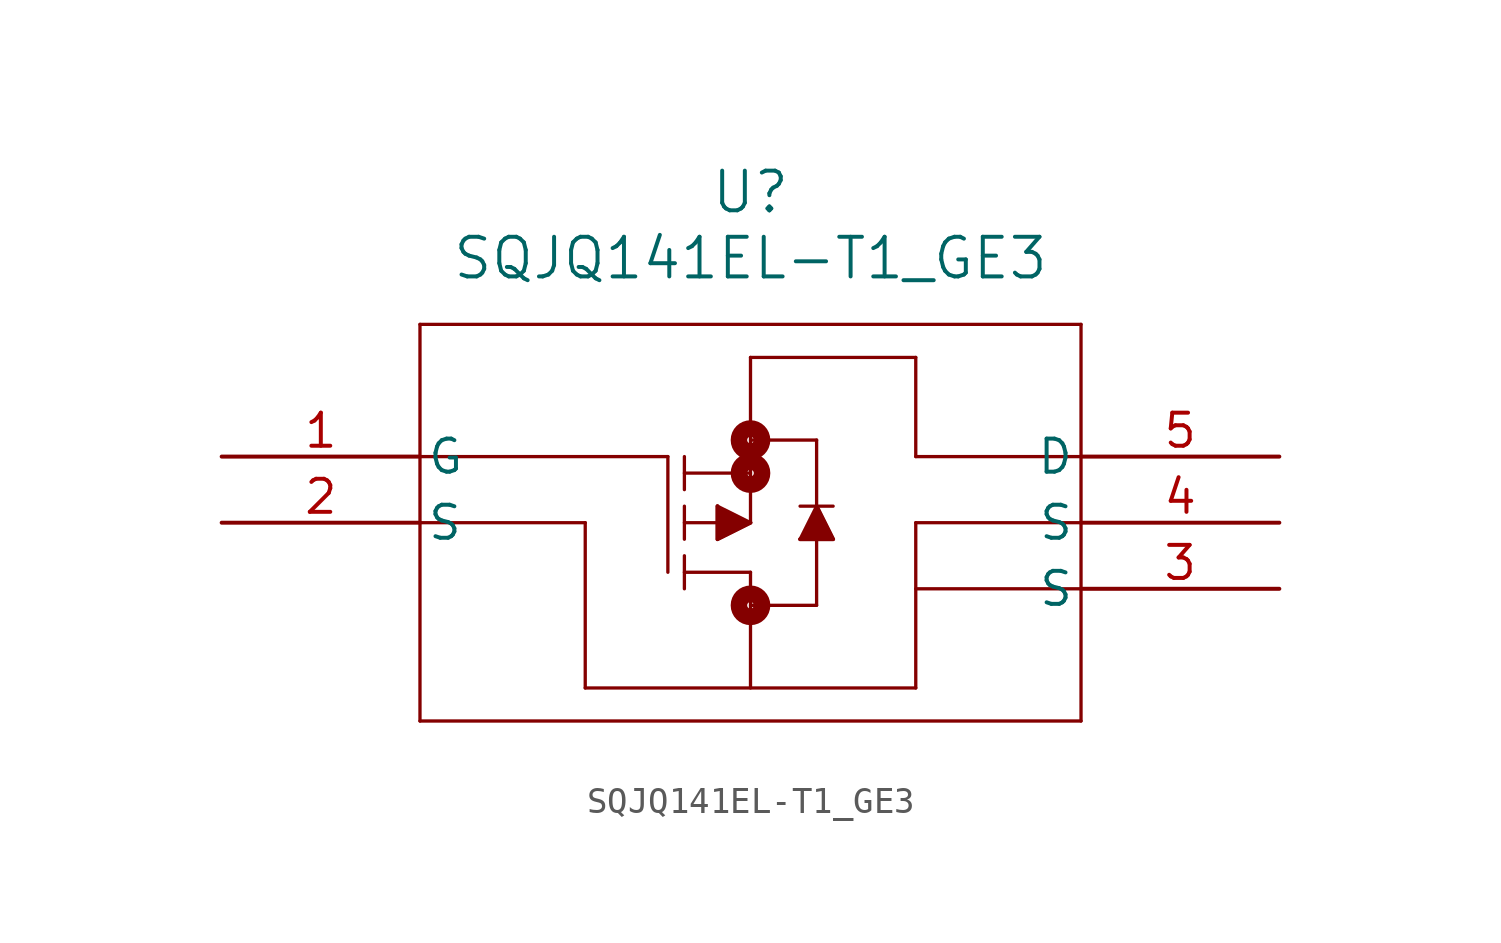
<source format=kicad_sym>
(kicad_symbol_lib
  (version 20211014)
  (generator kicad_symbol_editor)
  (symbol "SQJQ141EL-T1_GE3"
    (pin_names
      (offset 0.254))
    (property "Reference" "U"
      (at 20.32 10.16 0)
      (effects (font (size 1.524 1.524))))
    (property "Value" "SQJQ141EL-T1_GE3"
      (at 20.32 7.62 0)
      (effects (font (size 1.524 1.524))))
    (symbol "SQJQ141EL-T1_GE3_0_1"
      (polyline (pts (xy 7.62 5.08) (xy 7.62 -10.16)) (stroke (width 0.127) (type default) (color 0 0 0 0)) (fill (type none)))
      (polyline (pts (xy 7.62 -10.16) (xy 33.02 -10.16)) (stroke (width 0.127) (type default) (color 0 0 0 0)) (fill (type none)))
      (polyline (pts (xy 33.02 -10.16) (xy 33.02 5.08)) (stroke (width 0.127) (type default) (color 0 0 0 0)) (fill (type none)))
      (polyline (pts (xy 33.02 5.08) (xy 7.62 5.08)) (stroke (width 0.127) (type default) (color 0 0 0 0)) (fill (type none)))
      (polyline (pts (xy 20.32 -2.54) (xy 17.78 -2.54)) (stroke (width 0.127) (type default) (color 0 0 0 0)) (fill (type none)))
      (polyline (pts (xy 17.78 -3.175) (xy 17.78 -1.905)) (stroke (width 0.127) (type default) (color 0 0 0 0)) (fill (type none)))
      (polyline (pts (xy 17.78 -1.27) (xy 17.78 0)) (stroke (width 0.127) (type default) (color 0 0 0 0)) (fill (type none)))
      (polyline (pts (xy 17.78 -3.81) (xy 17.78 -5.08)) (stroke (width 0.127) (type default) (color 0 0 0 0)) (fill (type none)))
      (polyline (pts (xy 17.78 -4.445) (xy 20.32 -4.445)) (stroke (width 0.127) (type default) (color 0 0 0 0)) (fill (type none)))
      (polyline (pts (xy 17.78 -0.635) (xy 20.32 -0.635)) (stroke (width 0.127) (type default) (color 0 0 0 0)) (fill (type none)))
      (polyline (pts (xy 20.32 -4.445) (xy 20.32 -8.89)) (stroke (width 0.127) (type default) (color 0 0 0 0)) (fill (type none)))
      (polyline (pts (xy 20.32 -2.54) (xy 20.32 3.81)) (stroke (width 0.127) (type default) (color 0 0 0 0)) (fill (type none)))
      (polyline (pts (xy 20.32 0.635) (xy 22.86 0.635)) (stroke (width 0.127) (type default) (color 0 0 0 0)) (fill (type none)))
      (polyline (pts (xy 20.32 -5.715) (xy 22.86 -5.715)) (stroke (width 0.127) (type default) (color 0 0 0 0)) (fill (type none)))
      (polyline (pts (xy 22.86 -5.715) (xy 22.86 0.635)) (stroke (width 0.127) (type default) (color 0 0 0 0)) (fill (type none)))
      (polyline (pts (xy 20.32 -2.54) (xy 19.05 -3.175)) (stroke (width 0.127) (type default) (color 0 0 0 0)) (fill (type none)))
      (polyline (pts (xy 20.32 -2.54) (xy 19.05 -1.905)) (stroke (width 0.127) (type default) (color 0 0 0 0)) (fill (type none)))
      (polyline (pts (xy 19.05 -3.175) (xy 19.05 -1.905)) (stroke (width 0.127) (type default) (color 0 0 0 0)) (fill (type none)))
      (polyline (pts (xy 22.86 -1.905) (xy 22.225 -3.175)) (stroke (width 0.127) (type default) (color 0 0 0 0)) (fill (type none)))
      (polyline (pts (xy 22.225 -3.175) (xy 23.495 -3.175)) (stroke (width 0.127) (type default) (color 0 0 0 0)) (fill (type none)))
      (polyline (pts (xy 23.495 -3.175) (xy 22.86 -1.905)) (stroke (width 0.127) (type default) (color 0 0 0 0)) (fill (type none)))
      (polyline (pts (xy 22.225 -1.905) (xy 23.495 -1.905)) (stroke (width 0.127) (type default) (color 0 0 0 0)) (fill (type none)))
      (polyline (pts (xy 20.32 -2.54) (xy 19.05 -3.175) (xy 19.05 -1.905)) (stroke (width 0) (type default) (color 0 0 0 0)) (fill (type outline)))
      (polyline (pts (xy 22.225 -3.175) (xy 23.495 -3.175) (xy 22.86 -1.905)) (stroke (width 0) (type default) (color 0 0 0 0)) (fill (type outline)))
      (circle (center 20.32 0.635) (radius 0.127) (stroke (width 0.635) (type default) (color 0 0 0 0)) (fill (type none)))
      (circle (center 20.32 -0.635) (radius 0.127) (stroke (width 0.635) (type default) (color 0 0 0 0)) (fill (type none)))
      (circle (center 20.32 -5.715) (radius 0.127) (stroke (width 0.635) (type default) (color 0 0 0 0)) (fill (type none)))
      (polyline (pts (xy 7.62 0) (xy 17.145 0)) (stroke (width 0.127) (type default) (color 0 0 0 0)) (fill (type none)))
      (polyline (pts (xy 17.145 0) (xy 17.145 -4.445)) (stroke (width 0.127) (type default) (color 0 0 0 0)) (fill (type none)))
      (polyline (pts (xy 7.62 -2.54) (xy 13.97 -2.54)) (stroke (width 0.127) (type default) (color 0 0 0 0)) (fill (type none)))
      (polyline (pts (xy 13.97 -2.54) (xy 13.97 -8.89)) (stroke (width 0.127) (type default) (color 0 0 0 0)) (fill (type none)))
      (polyline (pts (xy 13.97 -8.89) (xy 26.67 -8.89)) (stroke (width 0.127) (type default) (color 0 0 0 0)) (fill (type none)))
      (polyline (pts (xy 26.67 -8.89) (xy 26.67 -2.54)) (stroke (width 0.127) (type default) (color 0 0 0 0)) (fill (type none)))
      (polyline (pts (xy 26.67 -2.54) (xy 33.02 -2.54)) (stroke (width 0.127) (type default) (color 0 0 0 0)) (fill (type none)))
      (polyline (pts (xy 33.02 -5.08) (xy 26.67 -5.08)) (stroke (width 0.127) (type default) (color 0 0 0 0)) (fill (type none)))
      (polyline (pts (xy 33.02 0) (xy 26.67 0)) (stroke (width 0.127) (type default) (color 0 0 0 0)) (fill (type none)))
      (polyline (pts (xy 26.67 0) (xy 26.67 3.81)) (stroke (width 0.127) (type default) (color 0 0 0 0)) (fill (type none)))
      (polyline (pts (xy 26.67 3.81) (xy 20.32 3.81)) (stroke (width 0.127) (type default) (color 0 0 0 0)) (fill (type none)))
      (pin unspecified line (at 0 0 0) (length 7.62) (name "G" (effects (font (size 1.27 1.27)))) (number "1" (effects (font (size 1.27 1.27)))))
      (pin unspecified line (at 0 -2.54 0) (length 7.62) (name "S" (effects (font (size 1.27 1.27)))) (number "2" (effects (font (size 1.27 1.27)))))
      (pin unspecified line (at 40.64 -5.08 180) (length 7.62) (name "S" (effects (font (size 1.27 1.27)))) (number "3" (effects (font (size 1.27 1.27)))))
      (pin unspecified line (at 40.64 -2.54 180) (length 7.62) (name "S" (effects (font (size 1.27 1.27)))) (number "4" (effects (font (size 1.27 1.27)))))
      (pin unspecified line (at 40.64 0 180) (length 7.62) (name "D" (effects (font (size 1.27 1.27)))) (number "5" (effects (font (size 1.27 1.27))))))))
</source>
